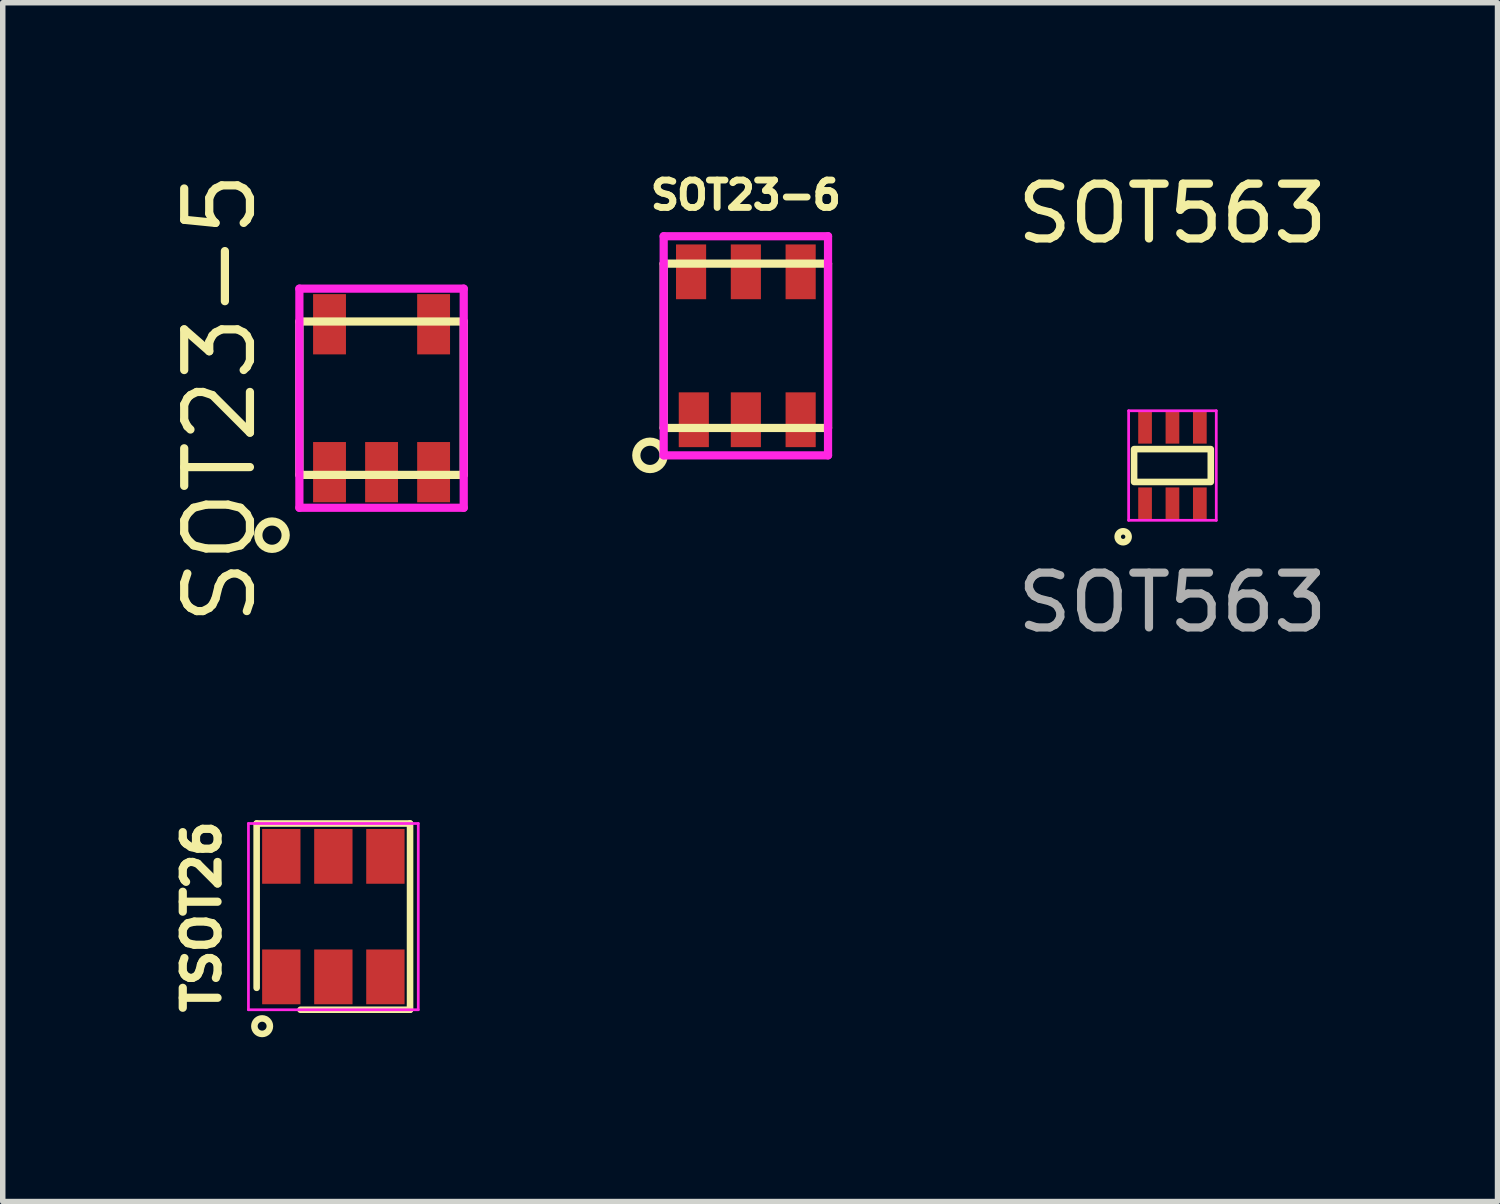
<source format=kicad_pcb>
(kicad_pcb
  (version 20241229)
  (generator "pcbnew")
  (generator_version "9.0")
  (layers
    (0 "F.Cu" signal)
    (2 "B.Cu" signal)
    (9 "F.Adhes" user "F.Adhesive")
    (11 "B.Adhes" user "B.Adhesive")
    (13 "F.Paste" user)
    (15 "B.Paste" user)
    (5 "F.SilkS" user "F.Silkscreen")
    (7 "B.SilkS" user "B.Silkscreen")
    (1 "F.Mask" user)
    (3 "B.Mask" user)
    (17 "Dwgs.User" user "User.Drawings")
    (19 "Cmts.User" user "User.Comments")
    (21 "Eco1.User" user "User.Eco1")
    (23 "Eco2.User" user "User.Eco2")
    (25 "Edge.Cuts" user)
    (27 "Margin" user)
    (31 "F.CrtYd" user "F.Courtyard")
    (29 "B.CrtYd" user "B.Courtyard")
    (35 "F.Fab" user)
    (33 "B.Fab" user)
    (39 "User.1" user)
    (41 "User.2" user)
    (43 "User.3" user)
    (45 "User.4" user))
  (footprint "SOT563"
    (layer "F.Cu")
    (at 18.352 5.448)
    (property "Reference" "SOT563" (at 0 -4.6 0) (unlocked yes) (layer "F.SilkS") (effects (font (size 1 1) (thickness 0.15))))
    (attr smd)
    (fp_rect (start -0.7 -0.3) (end 0.7 0.3) (stroke (width 0.12) (type solid)) (fill no) (layer "F.SilkS"))
    (fp_circle (center -0.9 1.3) (end -0.8 1.3) (stroke (width 0.12) (type solid)) (fill no) (layer "F.SilkS"))
    (fp_rect (start -0.8 -1) (end -0.8 1) (stroke (width 0.05) (type solid)) (fill no) (layer "F.CrtYd"))
    (fp_rect (start -0.8 -1) (end 0.8 -1) (stroke (width 0.05) (type solid)) (fill no) (layer "F.CrtYd"))
    (fp_rect (start 0.8 -1) (end 0.8 1) (stroke (width 0.05) (type solid)) (fill no) (layer "F.CrtYd"))
    (fp_rect (start 0.8 1) (end -0.8 1) (stroke (width 0.05) (type solid)) (fill no) (layer "F.CrtYd"))
    (fp_text user "${REFERENCE}" (at 0 2.5 0) (unlocked yes) (layer "F.Fab") (effects (font (size 1 1) (thickness 0.15))))
    (pad "1" smd rect (at -0.5 0.7) (size 0.25 0.6) (layers "F.Cu" "F.Mask" "F.Paste"))
    (pad "2" smd rect (at 0 0.7) (size 0.25 0.6) (layers "F.Cu" "F.Mask" "F.Paste"))
    (pad "3" smd rect (at 0.5 0.7) (size 0.25 0.6) (layers "F.Cu" "F.Mask" "F.Paste"))
    (pad "4" smd rect (at 0.5 -0.7) (size 0.25 0.6) (layers "F.Cu" "F.Mask" "F.Paste"))
    (pad "5" smd rect (at 0 -0.7) (size 0.25 0.6) (layers "F.Cu" "F.Mask" "F.Paste"))
    (pad "6" smd rect (at -0.5 -0.7) (size 0.25 0.6) (layers "F.Cu" "F.Mask" "F.Paste")))
  (footprint "SOT23-5"
    (layer "F.Cu")
    (at 3.915 4.219)
    (property "Reference" "SOT23-5" (at -2.95 0 90) (layer "F.SilkS") (effects (font (size 1.2 1.2) (thickness 0.15))))
    (attr through_hole)
    (fp_line (start -1.5 -1.4) (end -1.5 1.4) (stroke (width 0.15) (type solid)) (layer "F.SilkS"))
    (fp_line (start -1.5 1.4) (end 1.5 1.4) (stroke (width 0.15) (type solid)) (layer "F.SilkS"))
    (fp_line (start 1.5 -1.4) (end -1.5 -1.4) (stroke (width 0.15) (type solid)) (layer "F.SilkS"))
    (fp_line (start 1.5 1.4) (end 1.5 -1.4) (stroke (width 0.15) (type solid)) (layer "F.SilkS"))
    (fp_circle (center -2 2.5) (end -1.75 2.5) (stroke (width 0.15) (type solid)) (fill no) (layer "F.SilkS"))
    (fp_line (start -1.5 -2) (end 1.5 -2) (stroke (width 0.15) (type solid)) (layer "F.CrtYd"))
    (fp_line (start -1.5 2) (end -1.5 -2) (stroke (width 0.15) (type solid)) (layer "F.CrtYd"))
    (fp_line (start 1.5 -2) (end 1.5 2) (stroke (width 0.15) (type solid)) (layer "F.CrtYd"))
    (fp_line (start 1.5 2) (end -1.5 2) (stroke (width 0.15) (type solid)) (layer "F.CrtYd"))
    (pad "1" smd rect (at -0.95 1.35) (size 0.6 1.1) (layers "F.Cu" "F.Mask" "F.Paste"))
    (pad "2" smd rect (at 0 1.35) (size 0.6 1.1) (layers "F.Cu" "F.Mask" "F.Paste"))
    (pad "3" smd rect (at 0.95 1.35) (size 0.6 1.1) (layers "F.Cu" "F.Mask" "F.Paste"))
    (pad "4" smd rect (at 0.95 -1.35) (size 0.6 1.1) (layers "F.Cu" "F.Mask" "F.Paste"))
    (pad "5" smd rect (at -0.95 -1.35) (size 0.6 1.1) (layers "F.Cu" "F.Mask" "F.Paste")))
  (footprint "SOT23-6"
    (layer "F.Cu")
    (at 10.565 3.262)
    (property "Reference" "SOT23-6" (at 0 -2.75 0) (layer "F.SilkS") (effects (font (size 0.5 0.5) (thickness 0.125))))
    (attr through_hole)
    (fp_line (start -1.5 -1.5) (end -1.5 1.5) (stroke (width 0.15) (type solid)) (layer "F.SilkS"))
    (fp_line (start -1.5 1.5) (end 1.5 1.5) (stroke (width 0.15) (type solid)) (layer "F.SilkS"))
    (fp_line (start 1.5 -1.5) (end -1.5 -1.5) (stroke (width 0.15) (type solid)) (layer "F.SilkS"))
    (fp_line (start 1.5 1.5) (end 1.5 -1.5) (stroke (width 0.15) (type solid)) (layer "F.SilkS"))
    (fp_circle (center -1.75 2) (end -1.75 1.75) (stroke (width 0.15) (type solid)) (fill no) (layer "F.SilkS"))
    (fp_line (start -1.5 -2) (end 1.5 -2) (stroke (width 0.15) (type solid)) (layer "F.CrtYd"))
    (fp_line (start -1.5 2) (end -1.5 -2) (stroke (width 0.15) (type solid)) (layer "F.CrtYd"))
    (fp_line (start 1.5 -2) (end 1.5 2) (stroke (width 0.15) (type solid)) (layer "F.CrtYd"))
    (fp_line (start 1.5 2) (end -1.5 2) (stroke (width 0.15) (type solid)) (layer "F.CrtYd"))
    (pad "1" smd rect (at -0.95 1.35) (size 0.55 1) (layers "F.Cu" "F.Mask" "F.Paste"))
    (pad "2" smd rect (at 0 1.35) (size 0.55 1) (layers "F.Cu" "F.Mask" "F.Paste"))
    (pad "3" smd rect (at 1 1.35) (size 0.55 1) (layers "F.Cu" "F.Mask" "F.Paste"))
    (pad "4" smd rect (at 1 -1.35) (size 0.55 1) (layers "F.Cu" "F.Mask" "F.Paste"))
    (pad "5" smd rect (at 0 -1.35) (size 0.55 1) (layers "F.Cu" "F.Mask" "F.Paste"))
    (pad "6" smd rect (at -1 -1.35) (size 0.55 1) (layers "F.Cu" "F.Mask" "F.Paste")))
  (footprint "TSOT26"
    (layer "F.Cu")
    (at 3.035 13.682)
    (property "Reference" "TSOT26" (at -2.4 0 90) (layer "F.SilkS") (effects (font (size 0.635 0.635) (thickness 0.15))))
    (attr smd)
    (fp_line (start -1.4 -1.7) (end 1.4 -1.7) (stroke (width 0.12) (type default)) (layer "F.SilkS"))
    (fp_line (start -1.4 1.3) (end -1.4 -1.7) (stroke (width 0.12) (type default)) (layer "F.SilkS"))
    (fp_line (start 1.4 -1.7) (end 1.4 1.7) (stroke (width 0.12) (type default)) (layer "F.SilkS"))
    (fp_line (start 1.4 1.7) (end -0.6 1.7) (stroke (width 0.12) (type default)) (layer "F.SilkS"))
    (fp_circle (center -1.3 2) (end -1.2 2.1) (stroke (width 0.12) (type default)) (fill no) (layer "F.SilkS"))
    (fp_line (start -1.55 -1.7) (end 1.55 -1.7) (stroke (width 0.05) (type default)) (layer "F.CrtYd"))
    (fp_line (start -1.55 1.7) (end -1.55 -1.7) (stroke (width 0.05) (type default)) (layer "F.CrtYd"))
    (fp_line (start 1.55 -1.7) (end 1.55 1.7) (stroke (width 0.05) (type default)) (layer "F.CrtYd"))
    (fp_line (start 1.55 1.7) (end -1.55 1.7) (stroke (width 0.05) (type default)) (layer "F.CrtYd"))
    (pad "1" smd rect (at -0.95 1.1) (size 0.7 1) (layers "F.Cu" "F.Mask" "F.Paste"))
    (pad "2" smd rect (at 0 1.1) (size 0.7 1) (layers "F.Cu" "F.Mask" "F.Paste"))
    (pad "3" smd rect (at 0.95 1.1) (size 0.7 1) (layers "F.Cu" "F.Mask" "F.Paste"))
    (pad "4" smd rect (at 0.95 -1.1) (size 0.7 1) (layers "F.Cu" "F.Mask" "F.Paste"))
    (pad "5" smd rect (at 0 -1.1) (size 0.7 1) (layers "F.Cu" "F.Mask" "F.Paste"))
    (pad "6" smd rect (at -0.95 -1.1) (size 0.7 1) (layers "F.Cu" "F.Mask" "F.Paste")))
  (gr_rect
    (start -3 -3)
    (end 24.286 18.883)
    (stroke (width 0.1) (type default))
    (fill no)
    (layer "Edge.Cuts")))
</source>
